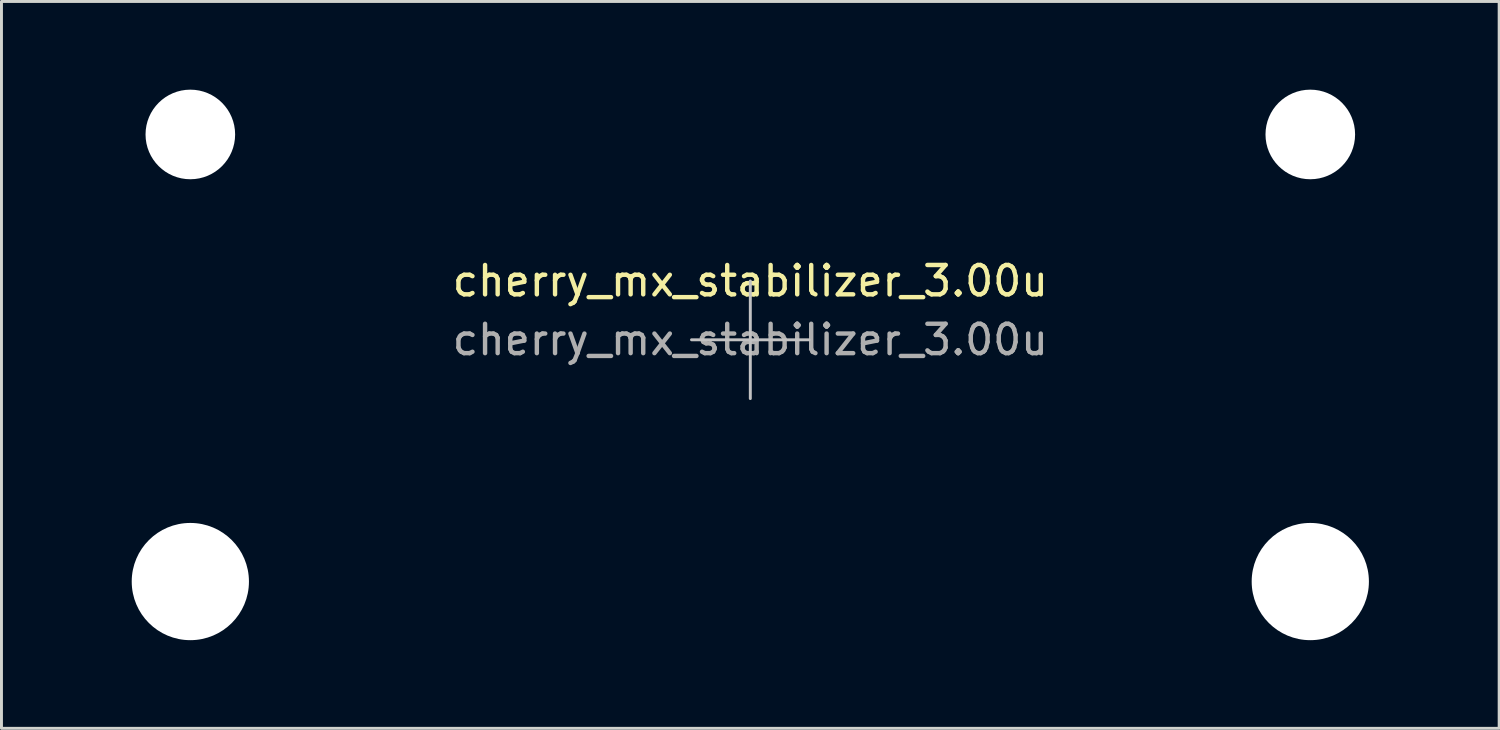
<source format=kicad_pcb>
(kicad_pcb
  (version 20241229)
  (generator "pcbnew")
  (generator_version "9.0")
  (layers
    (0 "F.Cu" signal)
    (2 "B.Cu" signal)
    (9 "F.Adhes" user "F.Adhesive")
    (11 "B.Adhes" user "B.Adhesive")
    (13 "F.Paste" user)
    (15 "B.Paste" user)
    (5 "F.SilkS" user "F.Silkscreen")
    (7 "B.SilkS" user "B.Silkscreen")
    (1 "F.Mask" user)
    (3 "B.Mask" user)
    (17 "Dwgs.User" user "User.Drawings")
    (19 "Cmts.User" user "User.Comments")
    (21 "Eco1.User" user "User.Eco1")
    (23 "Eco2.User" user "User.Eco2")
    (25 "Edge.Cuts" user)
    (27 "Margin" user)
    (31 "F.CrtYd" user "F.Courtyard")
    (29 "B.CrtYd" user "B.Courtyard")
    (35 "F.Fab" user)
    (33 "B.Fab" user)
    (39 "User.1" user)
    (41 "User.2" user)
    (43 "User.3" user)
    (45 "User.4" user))
  (footprint "cherry_mx_stabilizer_3.00u"
    (layer "F.Cu")
    (at 22.475 8.509)
    (property "Reference" "cherry_mx_stabilizer_3.00u" (at 0 -2 0) (layer "F.SilkS") (effects (font (size 1 1) (thickness 0.15))))
    (attr exclude_from_pos_files exclude_from_bom)
    (fp_line (start -2 0) (end 2 0) (stroke (width 0.1) (type solid)) (layer "Dwgs.User"))
    (fp_line (start 0 2) (end 0 -2) (stroke (width 0.1) (type solid)) (layer "Dwgs.User"))
    (fp_line (start -22.425 -5.53) (end -22.425 6.77) (stroke (width 0.1) (type solid)) (layer "Eco1.User"))
    (fp_line (start -22.425 6.77) (end -15.675 6.77) (stroke (width 0.1) (type solid)) (layer "Eco1.User"))
    (fp_line (start -15.675 -5.53) (end -22.425 -5.53) (stroke (width 0.1) (type solid)) (layer "Eco1.User"))
    (fp_line (start -15.675 6.77) (end -15.675 -5.53) (stroke (width 0.1) (type solid)) (layer "Eco1.User"))
    (fp_line (start 15.675 -5.53) (end 15.675 6.77) (stroke (width 0.1) (type solid)) (layer "Eco1.User"))
    (fp_line (start 15.675 6.77) (end 22.425 6.77) (stroke (width 0.1) (type solid)) (layer "Eco1.User"))
    (fp_line (start 22.425 -5.53) (end 15.675 -5.53) (stroke (width 0.1) (type solid)) (layer "Eco1.User"))
    (fp_line (start 22.425 6.77) (end 22.425 -5.53) (stroke (width 0.1) (type solid)) (layer "Eco1.User"))
    (fp_text user "${REFERENCE}" (at 0 0 0) (layer "F.Fab") (effects (font (size 1 1) (thickness 0.15))))
    (pad "" np_thru_hole circle (at -19.05 -6.985) (size 3.048 3.048) (drill 3.048) (layers "*.Cu" "*.Mask"))
    (pad "" np_thru_hole circle (at -19.05 8.225) (size 3.988 3.988) (drill 3.988) (layers "*.Cu" "*.Mask"))
    (pad "" np_thru_hole circle (at 19.05 -6.985) (size 3.048 3.048) (drill 3.048) (layers "*.Cu" "*.Mask"))
    (pad "" np_thru_hole circle (at 19.05 8.225) (size 3.988 3.988) (drill 3.988) (layers "*.Cu" "*.Mask")))
  (gr_rect
    (start -3 -3)
    (end 47.95 21.728)
    (stroke (width 0.1) (type default))
    (fill no)
    (layer "Edge.Cuts")))
</source>
